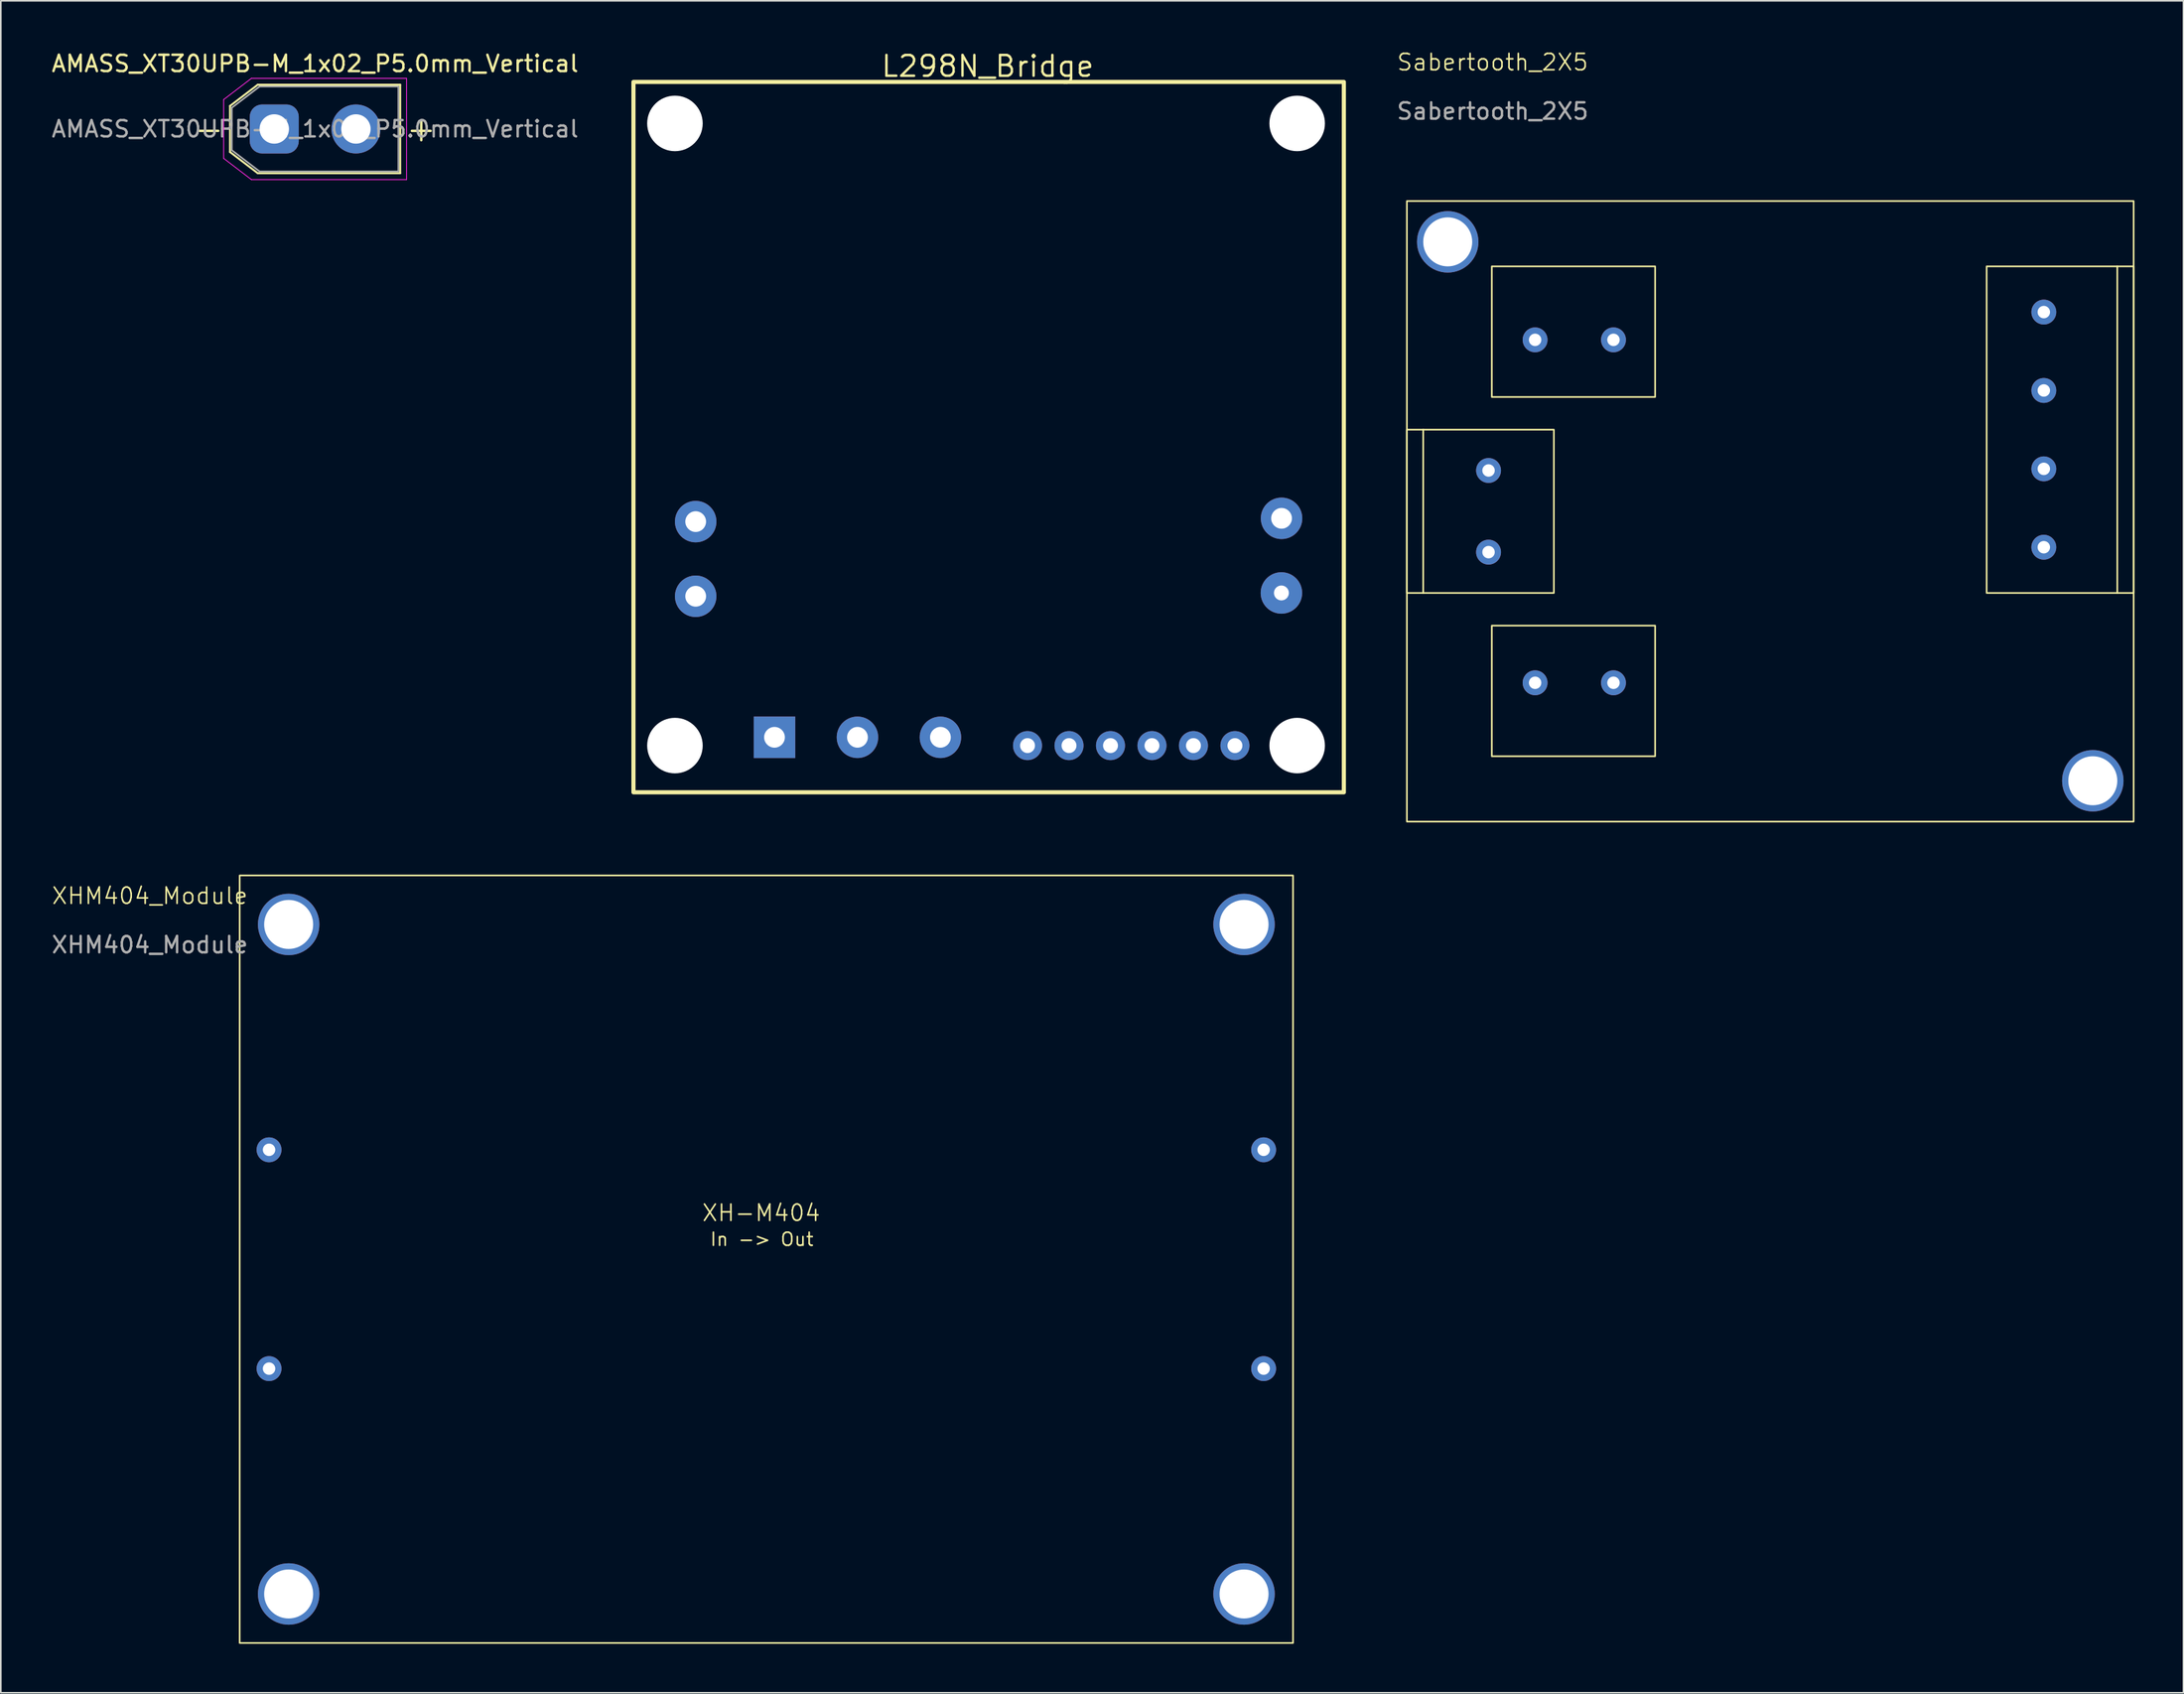
<source format=kicad_pcb>
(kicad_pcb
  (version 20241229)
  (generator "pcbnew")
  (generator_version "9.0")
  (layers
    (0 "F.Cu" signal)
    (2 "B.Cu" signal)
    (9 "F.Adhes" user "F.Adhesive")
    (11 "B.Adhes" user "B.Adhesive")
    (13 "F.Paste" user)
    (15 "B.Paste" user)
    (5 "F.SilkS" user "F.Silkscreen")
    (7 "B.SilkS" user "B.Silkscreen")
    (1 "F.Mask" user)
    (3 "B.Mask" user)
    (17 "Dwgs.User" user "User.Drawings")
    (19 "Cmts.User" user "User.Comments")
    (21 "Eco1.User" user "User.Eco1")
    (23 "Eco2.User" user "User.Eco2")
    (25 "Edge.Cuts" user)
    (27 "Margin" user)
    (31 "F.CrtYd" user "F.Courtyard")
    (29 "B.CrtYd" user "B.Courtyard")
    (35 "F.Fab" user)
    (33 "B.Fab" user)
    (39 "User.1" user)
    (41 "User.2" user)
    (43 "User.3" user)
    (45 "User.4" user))
  (footprint "AMASS_XT30UPB-M_1x02_P5.0mm_Vertical"
    (layer "F.Cu")
    (at 13.744 4.848)
    (property "Reference" "AMASS_XT30UPB-M_1x02_P5.0mm_Vertical" (at 2.5 -4 0) (layer "F.SilkS") (effects (font (size 1 1) (thickness 0.15))))
    (attr through_hole)
    (fp_line (start -2.71 -1.41) (end -2.71 1.41) (stroke (width 0.12) (type solid)) (layer "F.SilkS"))
    (fp_line (start -2.71 -1.41) (end -1.01 -2.71) (stroke (width 0.12) (type solid)) (layer "F.SilkS"))
    (fp_line (start -2.71 1.41) (end -1.01 2.71) (stroke (width 0.12) (type solid)) (layer "F.SilkS"))
    (fp_line (start -1.01 -2.71) (end 7.71 -2.71) (stroke (width 0.12) (type solid)) (layer "F.SilkS"))
    (fp_line (start -1.01 2.71) (end 7.71 2.71) (stroke (width 0.12) (type solid)) (layer "F.SilkS"))
    (fp_line (start 7.71 -2.71) (end 7.71 2.71) (stroke (width 0.12) (type solid)) (layer "F.SilkS"))
    (fp_line (start -3.1 -1.8) (end -3.1 1.8) (stroke (width 0.05) (type solid)) (layer "F.CrtYd"))
    (fp_line (start -3.1 -1.8) (end -1.4 -3.1) (stroke (width 0.05) (type solid)) (layer "F.CrtYd"))
    (fp_line (start -3.1 1.8) (end -1.4 3.1) (stroke (width 0.05) (type solid)) (layer "F.CrtYd"))
    (fp_line (start -1.4 -3.1) (end 8.1 -3.1) (stroke (width 0.05) (type solid)) (layer "F.CrtYd"))
    (fp_line (start -1.4 3.1) (end 8.1 3.1) (stroke (width 0.05) (type solid)) (layer "F.CrtYd"))
    (fp_line (start 8.1 -3.1) (end 8.1 3.1) (stroke (width 0.05) (type solid)) (layer "F.CrtYd"))
    (fp_line (start -2.6 -1.3) (end -2.6 1.3) (stroke (width 0.1) (type solid)) (layer "F.Fab"))
    (fp_line (start -2.6 -1.3) (end -0.9 -2.6) (stroke (width 0.1) (type solid)) (layer "F.Fab"))
    (fp_line (start -2.6 1.3) (end -0.9 2.6) (stroke (width 0.1) (type solid)) (layer "F.Fab"))
    (fp_line (start -0.9 -2.6) (end 7.6 -2.6) (stroke (width 0.1) (type solid)) (layer "F.Fab"))
    (fp_line (start -0.9 2.6) (end 7.6 2.6) (stroke (width 0.1) (type solid)) (layer "F.Fab"))
    (fp_line (start 7.6 -2.6) (end 7.6 2.6) (stroke (width 0.1) (type solid)) (layer "F.Fab"))
    (fp_text user "-" (at -4 0 0) (layer "F.SilkS") (effects (font (size 1.5 1.5) (thickness 0.15))))
    (fp_text user "+" (at 9 0 0) (layer "F.SilkS") (effects (font (size 1.5 1.5) (thickness 0.15))))
    (fp_text user "${REFERENCE}" (at 2.5 0 0) (layer "F.Fab") (effects (font (size 1 1) (thickness 0.15))))
    (pad "1" thru_hole roundrect (at 0 0) (size 3 3) (drill 1.8) (layers "*.Cu" "*.Mask") (roundrect_rratio 0.25))
    (pad "2" thru_hole circle (at 5 0) (size 3 3) (drill 1.8) (layers "*.Cu" "*.Mask")))
  (footprint "L298N_Bridge"
    (layer "F.Cu")
    (at 35.738 45.402)
    (property "Reference" "L298N_Bridge" (at 21.689 -44.396 0) (layer "F.SilkS") (effects (font (size 1.27 1.27) (thickness 0.15))))
    (fp_rect (start 0 -43.434) (end 43.5 0.066) (stroke (width 0.254) (type default)) (fill no) (layer "F.SilkS"))
    (pad "" np_thru_hole circle (at 2.54 -40.894) (size 3.4 3.4) (drill 3.4) (layers "*.Cu" "*.Mask"))
    (pad "" np_thru_hole circle (at 2.54 -2.794) (size 3.4 3.4) (drill 3.4) (layers "*.Cu" "*.Mask"))
    (pad "" np_thru_hole circle (at 40.64 -40.894) (size 3.4 3.4) (drill 3.4) (layers "*.Cu" "*.Mask"))
    (pad "" np_thru_hole circle (at 40.64 -2.794) (size 3.4 3.4) (drill 3.4) (layers "*.Cu" "*.Mask"))
    (pad "1" thru_hole rect (at 8.636 -3.302) (size 2.54 2.54) (drill 1.27) (layers "*.Cu" "*.Mask"))
    (pad "2" thru_hole oval (at 13.716 -3.302) (size 2.54 2.54) (drill 1.27) (layers "*.Cu" "*.Mask"))
    (pad "3" thru_hole oval (at 18.796 -3.302) (size 2.54 2.54) (drill 1.27) (layers "*.Cu" "*.Mask"))
    (pad "4" thru_hole oval (at 24.13 -2.794) (size 1.778 1.778) (drill 0.914) (layers "*.Cu" "*.Mask"))
    (pad "5" thru_hole oval (at 26.67 -2.794) (size 1.778 1.778) (drill 0.914) (layers "*.Cu" "*.Mask"))
    (pad "6" thru_hole oval (at 29.21 -2.794) (size 1.778 1.778) (drill 0.914) (layers "*.Cu" "*.Mask"))
    (pad "7" thru_hole oval (at 31.75 -2.794) (size 1.778 1.778) (drill 0.914) (layers "*.Cu" "*.Mask"))
    (pad "8" thru_hole oval (at 34.29 -2.794) (size 1.778 1.778) (drill 0.914) (layers "*.Cu" "*.Mask"))
    (pad "9" thru_hole oval (at 36.83 -2.794) (size 1.778 1.778) (drill 0.914) (layers "*.Cu" "*.Mask"))
    (pad "10" thru_hole oval (at 3.81 -16.51) (size 2.54 2.54) (drill 1.27) (layers "*.Cu" "*.Mask"))
    (pad "11" thru_hole oval (at 3.81 -11.938) (size 2.54 2.54) (drill 1.27) (layers "*.Cu" "*.Mask"))
    (pad "12" thru_hole oval (at 39.684 -16.711) (size 2.54 2.54) (drill 1.27) (layers "*.Cu" "*.Mask"))
    (pad "13" thru_hole oval (at 39.675 -12.141) (size 2.54 2.54) (drill 0.914) (layers "*.Cu" "*.Mask")))
  (footprint "XHM404_Module"
    (layer "F.Cu")
    (at 11.625 50.56)
    (property "Reference" "XHM404_Module" (at -5.5 1.25 0) (unlocked yes) (layer "F.SilkS") (effects (font (size 1 1) (thickness 0.1))))
    (attr through_hole)
    (fp_rect (start 0 0) (end 64.5 47) (stroke (width 0.1) (type default)) (fill no) (layer "F.SilkS"))
    (fp_text user "XH-M404" (at 28.25 21.25 0) (unlocked yes) (layer "F.SilkS") (effects (font (size 1 1) (thickness 0.1)) (justify left bottom)))
    (fp_text user "In -> Out" (at 28.75 22.75 0) (unlocked yes) (layer "F.SilkS") (effects (font (size 0.8 0.8) (thickness 0.1)) (justify left bottom)))
    (fp_text user "${REFERENCE}" (at -5.5 4.25 0) (unlocked yes) (layer "F.Fab") (effects (font (size 1 1) (thickness 0.15))))
    (pad "" thru_hole circle (at 3 3) (size 3.762 3.762) (drill 3) (layers "*.Cu" "*.Mask"))
    (pad "" thru_hole circle (at 3 44) (size 3.762 3.762) (drill 3) (layers "*.Cu" "*.Mask"))
    (pad "" thru_hole circle (at 61.5 3) (size 3.762 3.762) (drill 3) (layers "*.Cu" "*.Mask"))
    (pad "" thru_hole circle (at 61.5 44) (size 3.762 3.762) (drill 3) (layers "*.Cu" "*.Mask"))
    (pad "1" thru_hole circle (at 1.8 16.8) (size 1.524 1.524) (drill 0.762) (layers "*.Cu" "*.Mask"))
    (pad "2" thru_hole circle (at 1.8 30.2) (size 1.524 1.524) (drill 0.762) (layers "*.Cu" "*.Mask"))
    (pad "3" thru_hole circle (at 62.7 16.8) (size 1.524 1.524) (drill 0.762) (layers "*.Cu" "*.Mask"))
    (pad "4" thru_hole circle (at 62.7 30.2) (size 1.524 1.524) (drill 0.762) (layers "*.Cu" "*.Mask")))
  (footprint "Sabertooth_2X5"
    (layer "F.Cu")
    (at 83.097 9.261)
    (property "Reference" "Sabertooth_2X5" (at 5.25 -8.5 0) (unlocked yes) (layer "F.SilkS") (effects (font (size 1 1) (thickness 0.1))))
    (attr through_hole)
    (fp_line (start 1 14) (end 1 24) (stroke (width 0.1) (type default)) (layer "F.SilkS"))
    (fp_line (start 43.5 24) (end 43.5 4) (stroke (width 0.1) (type default)) (layer "F.SilkS"))
    (fp_rect (start 0 0) (end 44.5 38) (stroke (width 0.1) (type default)) (fill no) (layer "F.SilkS"))
    (fp_rect (start 0 14) (end 9 24) (stroke (width 0.1) (type default)) (fill no) (layer "F.SilkS"))
    (fp_rect (start 5.2 4) (end 15.2 12) (stroke (width 0.1) (type default)) (fill no) (layer "F.SilkS"))
    (fp_rect (start 5.2 26) (end 15.2 34) (stroke (width 0.1) (type default)) (fill no) (layer "F.SilkS"))
    (fp_rect (start 35.5 4) (end 44.5 24) (stroke (width 0.1) (type default)) (fill no) (layer "F.SilkS"))
    (fp_text user "${REFERENCE}" (at 5.25 -5.5 0) (unlocked yes) (layer "F.Fab") (effects (font (size 1 1) (thickness 0.15))))
    (pad "" thru_hole circle (at 2.5 2.5) (size 3.762 3.762) (drill 3) (layers "*.Cu" "B.Mask"))
    (pad "" thru_hole circle (at 42 35.5) (size 3.762 3.762) (drill 3) (layers "*.Cu" "B.Mask"))
    (pad "1" thru_hole circle (at 5 16.5) (size 1.524 1.524) (drill 0.762) (layers "*.Cu" "B.Mask"))
    (pad "2" thru_hole circle (at 5 21.5) (size 1.524 1.524) (drill 0.762) (layers "*.Cu" "B.Mask"))
    (pad "3" thru_hole circle (at 39 21.2) (size 1.524 1.524) (drill 0.762) (layers "*.Cu" "B.Mask"))
    (pad "4" thru_hole circle (at 39 16.4) (size 1.524 1.524) (drill 0.762) (layers "*.Cu" "B.Mask"))
    (pad "5" thru_hole circle (at 39 11.6) (size 1.524 1.524) (drill 0.762) (layers "*.Cu" "B.Mask"))
    (pad "6" thru_hole circle (at 39 6.8) (size 1.524 1.524) (drill 0.762) (layers "*.Cu" "B.Mask"))
    (pad "7" thru_hole circle (at 12.65 29.5 90) (size 1.524 1.524) (drill 0.762) (layers "*.Cu" "B.Mask"))
    (pad "8" thru_hole circle (at 7.85 29.5 90) (size 1.524 1.524) (drill 0.762) (layers "*.Cu" "B.Mask"))
    (pad "9" thru_hole circle (at 7.85 8.5 270) (size 1.524 1.524) (drill 0.762) (layers "*.Cu" "B.Mask" "Eco1.User"))
    (pad "10" thru_hole circle (at 12.65 8.5 270) (size 1.524 1.524) (drill 0.762) (layers "*.Cu" "B.Mask")))
  (gr_rect
    (start -3 -3)
    (end 130.647 100.611)
    (stroke (width 0.1) (type default))
    (fill no)
    (layer "Edge.Cuts")))
</source>
